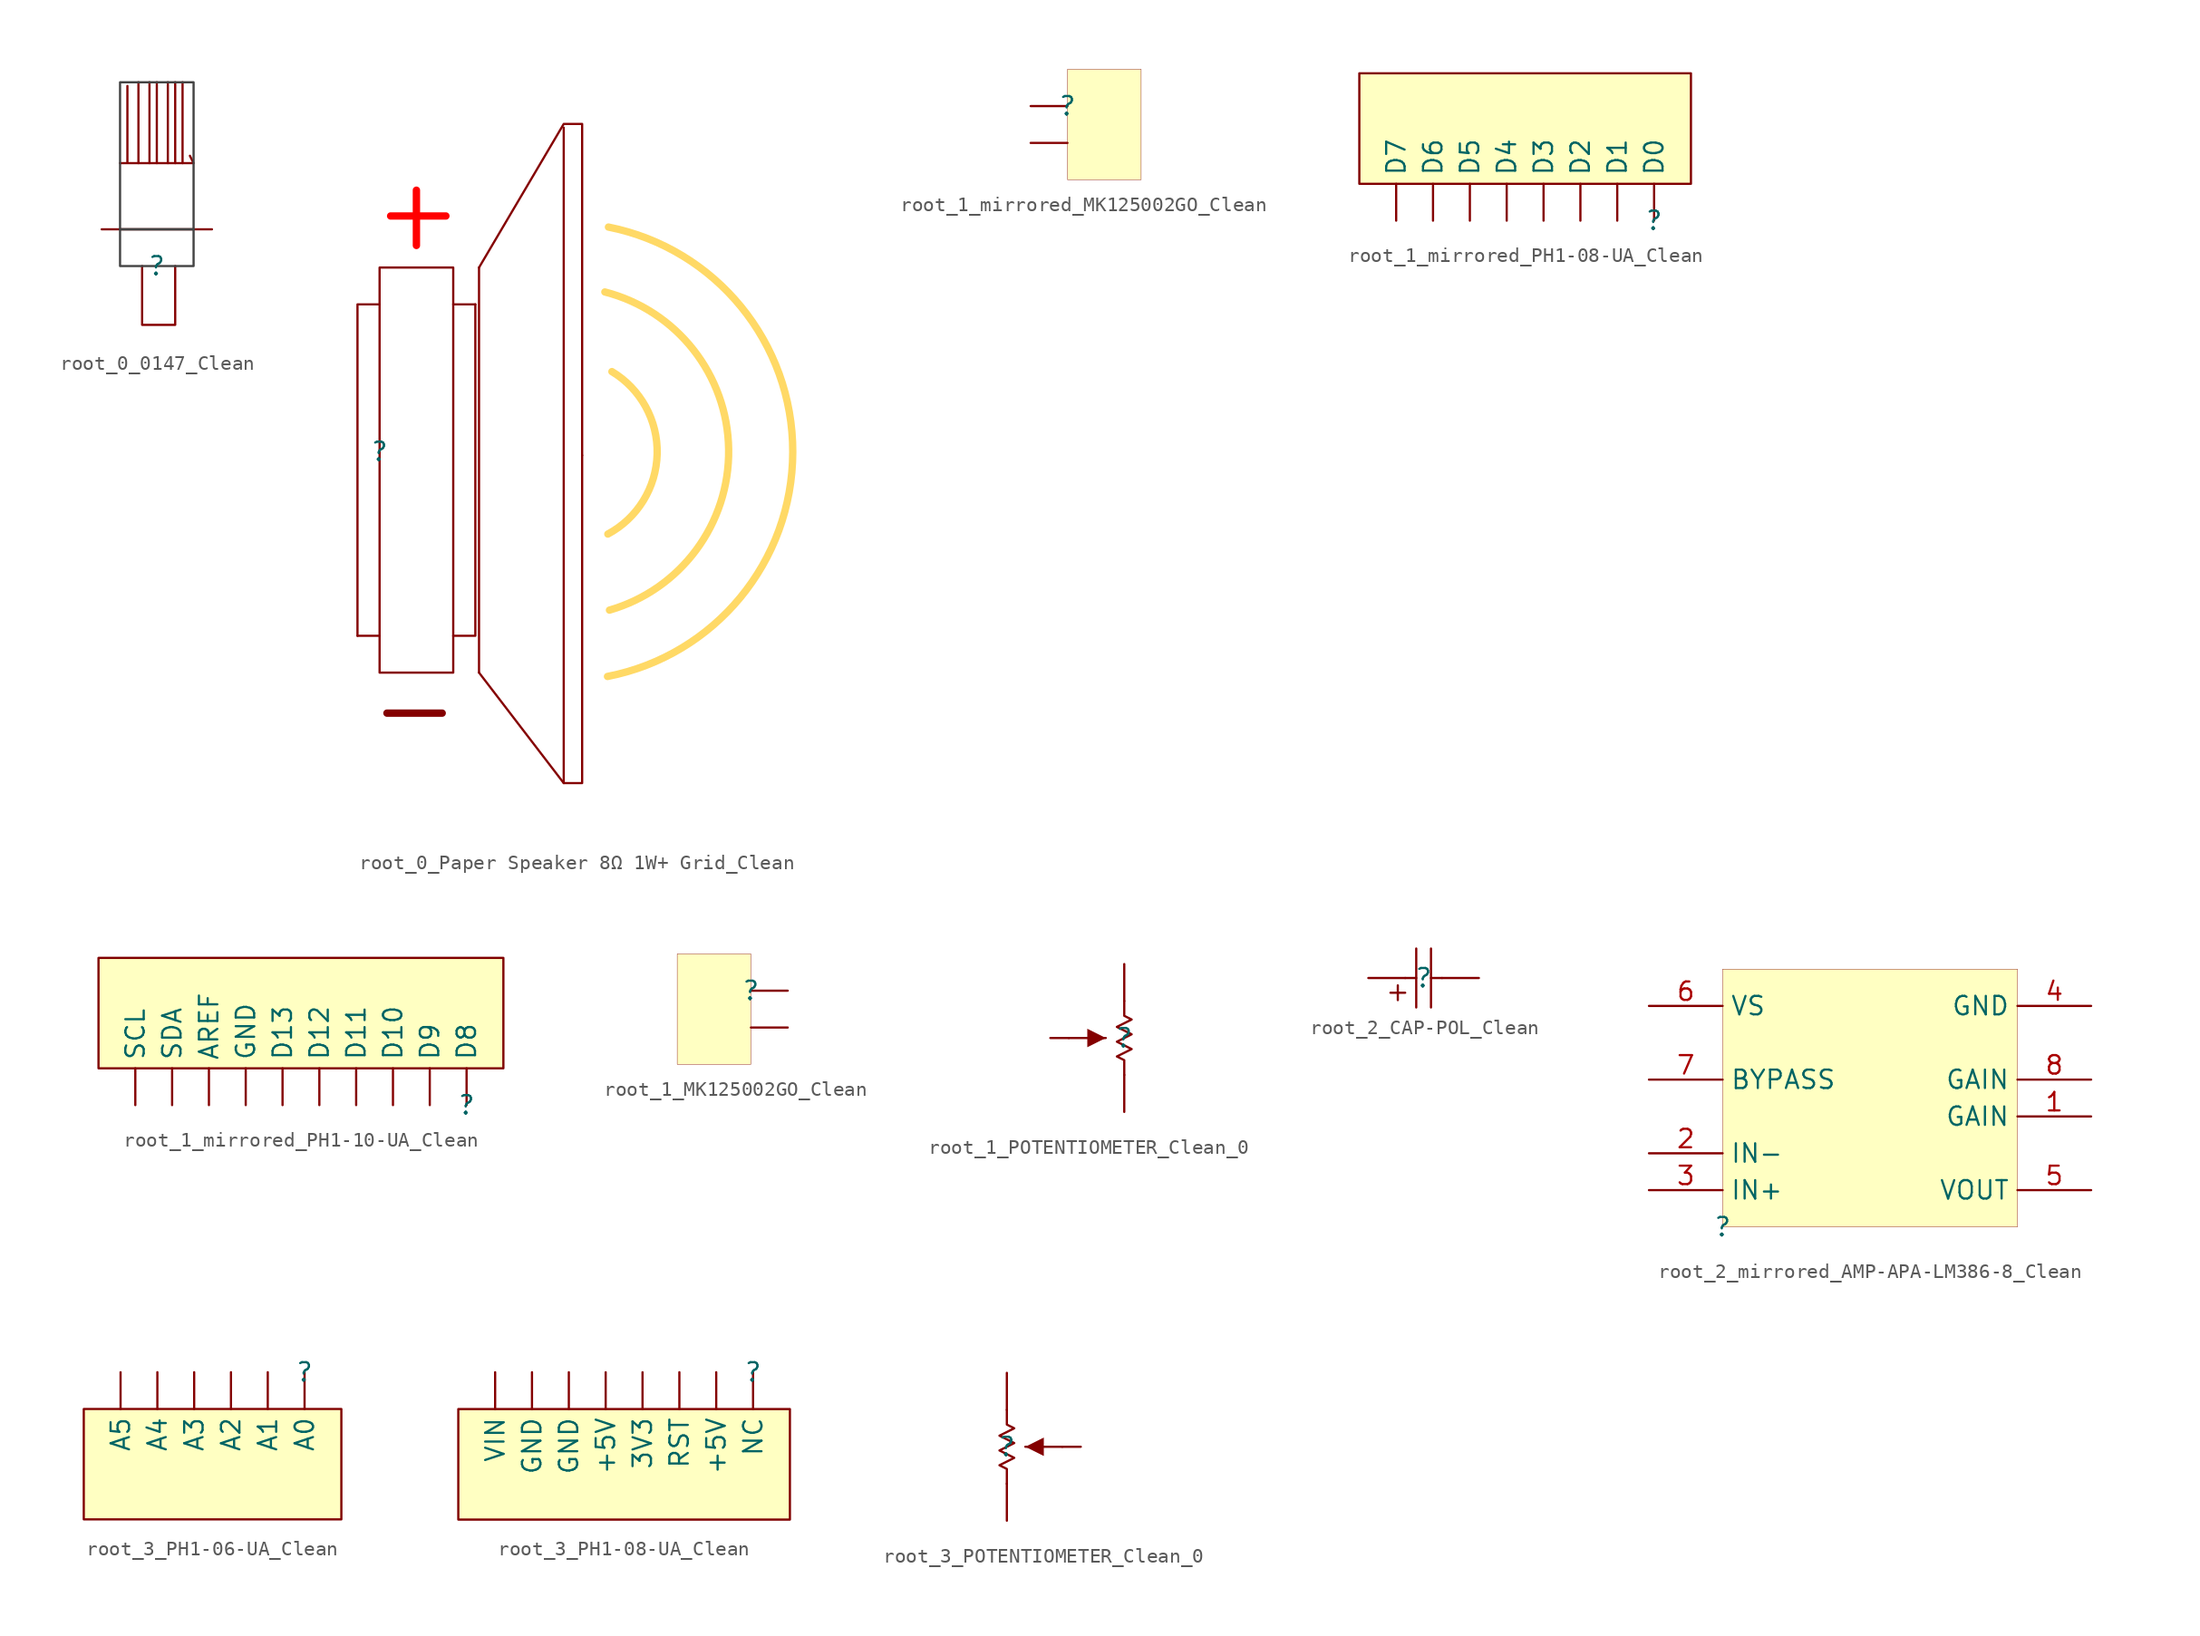
<source format=kicad_sym>
(kicad_symbol_lib
  (version 20241209)
  (generator "kicad_symbol_editor")
  (generator_version "9.0")
  (symbol "root_0_0147_Clean"
    (pin_numbers
      (hide yes))
    (pin_names
      (hide yes))
    (property "Reference" ""
      (at 0 0 0)
      (effects (font (size 1.27 1.27))))
    (property "Value" ""
      (at 0 0 0)
      (effects (font (size 1.27 1.27))))
    (symbol "root_0_0147_Clean_1_0"
      (polyline (pts (xy -3.81 2.54) (xy 3.81 2.54)) (stroke (width 0) (type solid)) (fill (type none)))
      (polyline (pts (xy -2.032 12.446) (xy -2.032 7.112) (xy -2.54 7.112) (xy 2.54 7.112) (xy 2.286 7.62)) (stroke (width 0) (type solid)) (fill (type none)))
      (polyline (pts (xy -1.27 12.7) (xy -1.27 7.112)) (stroke (width 0) (type solid)) (fill (type none)))
      (polyline (pts (xy -1.016 0) (xy -1.016 -4.064) (xy 1.27 -4.064) (xy 1.27 0)) (stroke (width 0) (type solid)) (fill (type none)))
      (polyline (pts (xy -0.508 12.7) (xy -0.508 7.112)) (stroke (width 0) (type solid)) (fill (type none)))
      (polyline (pts (xy 0 12.7) (xy 0 7.112)) (stroke (width 0) (type solid)) (fill (type none)))
      (polyline (pts (xy 0.762 12.7) (xy 0.762 7.112)) (stroke (width 0) (type solid)) (fill (type none)))
      (polyline (pts (xy 1.27 12.7) (xy 1.27 7.112)) (stroke (width 0) (type solid)) (fill (type none)))
      (polyline (pts (xy 1.778 12.7) (xy 1.778 7.112)) (stroke (width 0) (type solid)) (fill (type none)))
      (rectangle (start 2.54 12.7) (end -2.54 2.54) (stroke (width 0) (type solid) (color 67 67 67 1)) (fill (type none)))
      (rectangle (start 2.54 2.54) (end -2.54 0) (stroke (width 0) (type solid) (color 67 67 67 1)) (fill (type none)))))
  (symbol "root_0_Paper Speaker 8Ω 1W+ Grid_Clean"
    (pin_numbers
      (hide yes))
    (pin_names
      (hide yes))
    (property "Reference" ""
      (at 0 0 0)
      (effects (font (size 1.27 1.27))))
    (property "Value" ""
      (at 0 0 0)
      (effects (font (size 1.27 1.27))))
    (symbol "root_0_Paper Speaker 8Ω 1W+ Grid_Clean_1_0"
      (polyline (pts (xy 0 12.7) (xy 5.08 12.7) (xy 5.08 -15.24) (xy 0 -15.24) (xy 0 12.7)) (stroke (width 0) (type solid)) (fill (type none)))
      (polyline (pts (xy 0 10.16) (xy -1.524 10.16) (xy -1.524 -12.7)) (stroke (width 0) (type solid)) (fill (type none)))
      (polyline (pts (xy 0 -12.7) (xy -1.524 -12.7)) (stroke (width 0) (type solid)) (fill (type none)))
      (polyline (pts (xy 0.508 -18.034) (xy 4.318 -18.034)) (stroke (width 0.508) (type solid)) (fill (type none)))
      (polyline (pts (xy 0.762 16.256) (xy 4.572 16.256)) (stroke (width 0.508) (type solid) (color 255 0 0 1)) (fill (type none)))
      (polyline (pts (xy 2.54 14.224) (xy 2.54 18.034)) (stroke (width 0.508) (type solid) (color 255 0 0 1)) (fill (type none)))
      (polyline (pts (xy 5.08 10.16) (xy 6.604 10.16)) (stroke (width 0) (type solid)) (fill (type none)))
      (polyline (pts (xy 5.08 -12.7) (xy 6.604 -12.7) (xy 6.604 10.16)) (stroke (width 0) (type solid)) (fill (type none)))
      (polyline (pts (xy 6.858 12.7) (xy 6.858 -15.24)) (stroke (width 0) (type solid)) (fill (type none)))
      (polyline (pts (xy 6.858 12.7) (xy 12.7 22.606) (xy 13.97 22.606) (xy 13.97 -0.254)) (stroke (width 0) (type solid)) (fill (type none)))
      (polyline (pts (xy 6.858 -15.24) (xy 12.7 -22.86) (xy 13.97 -22.86) (xy 13.97 -0.254)) (stroke (width 0) (type solid)) (fill (type none)))
      (polyline (pts (xy 12.7 22.352) (xy 12.7 -22.86)) (stroke (width 0) (type solid)) (fill (type none)))
      (arc (start 15.5375 11.0154) (mid 24.0738 0.1652) (end 15.8562 -10.9284) (stroke (width 0.508) (type solid) (color 255 217 102 1)) (fill (type none)))
      (arc (start 15.7846 15.4919) (mid 28.496 -0.0335) (end 15.7189 -15.5048) (stroke (width 0.508) (type solid) (color 255 217 102 1)) (fill (type none)))
      (arc (start 16.0237 5.523) (mid 19.1439 -0.1614) (end 15.743 -5.6825) (stroke (width 0.508) (type solid) (color 255 217 102 1)) (fill (type none)))))
  (symbol "root_1_mirrored_MK125002GO_Clean"
    (pin_numbers
      (hide yes))
    (pin_names
      (hide yes))
    (property "Reference" ""
      (at 0 0 0)
      (effects (font (size 1.27 1.27))))
    (property "Value" ""
      (at 0 0 0)
      (effects (font (size 1.27 1.27))))
    (symbol "root_1_mirrored_MK125002GO_Clean_1_0"
      (rectangle (start 5.08 2.54) (end 0 -5.08) (stroke (width 0.025) (type solid) (color 128 0 0 1)) (fill (type background)))
      (pin passive line (at -2.54 0 0) (length 2.54) (name "2" (effects (font (size 1.27 1.27)))) (number "2" (effects (font (size 1.27 1.27)))))
      (pin passive line (at -2.54 -2.54 0) (length 2.54) (name "1" (effects (font (size 1.27 1.27)))) (number "1" (effects (font (size 1.27 1.27)))))))
  (symbol "root_1_mirrored_PH1-08-UA_Clean"
    (pin_numbers
      (hide yes))
    (property "Reference" ""
      (at 0 0 0)
      (effects (font (size 1.27 1.27))))
    (property "Value" ""
      (at 0 0 0)
      (effects (font (size 1.27 1.27))))
    (symbol "root_1_mirrored_PH1-08-UA_Clean_1_0"
      (rectangle (start 2.54 10.16) (end -20.32 2.54) (stroke (width 0) (type solid) (color 128 0 0 1)) (fill (type background)))
      (pin passive line (at -17.78 0 90) (length 2.54) (name "D7" (effects (font (size 1.27 1.27)))) (number "8" (effects (font (size 1.27 1.27)))))
      (pin passive line (at -15.24 0 90) (length 2.54) (name "D6" (effects (font (size 1.27 1.27)))) (number "7" (effects (font (size 1.27 1.27)))))
      (pin passive line (at -12.7 0 90) (length 2.54) (name "D5" (effects (font (size 1.27 1.27)))) (number "6" (effects (font (size 1.27 1.27)))))
      (pin passive line (at -10.16 0 90) (length 2.54) (name "D4" (effects (font (size 1.27 1.27)))) (number "5" (effects (font (size 1.27 1.27)))))
      (pin passive line (at -7.62 0 90) (length 2.54) (name "D3" (effects (font (size 1.27 1.27)))) (number "4" (effects (font (size 1.27 1.27)))))
      (pin passive line (at -5.08 0 90) (length 2.54) (name "D2" (effects (font (size 1.27 1.27)))) (number "3" (effects (font (size 1.27 1.27)))))
      (pin passive line (at -2.54 0 90) (length 2.54) (name "D1" (effects (font (size 1.27 1.27)))) (number "2" (effects (font (size 1.27 1.27)))))
      (pin passive line (at 0 0 90) (length 2.54) (name "D0" (effects (font (size 1.27 1.27)))) (number "1" (effects (font (size 1.27 1.27)))))))
  (symbol "root_1_mirrored_PH1-10-UA_Clean"
    (pin_numbers
      (hide yes))
    (property "Reference" ""
      (at 0 0 0)
      (effects (font (size 1.27 1.27))))
    (property "Value" ""
      (at 0 0 0)
      (effects (font (size 1.27 1.27))))
    (symbol "root_1_mirrored_PH1-10-UA_Clean_1_0"
      (rectangle (start 2.54 10.16) (end -25.4 2.54) (stroke (width 0) (type solid) (color 128 0 0 1)) (fill (type background)))
      (pin passive line (at -22.86 0 90) (length 2.54) (name "SCL" (effects (font (size 1.27 1.27)))) (number "10" (effects (font (size 1.27 1.27)))))
      (pin passive line (at -20.32 0 90) (length 2.54) (name "SDA" (effects (font (size 1.27 1.27)))) (number "9" (effects (font (size 1.27 1.27)))))
      (pin passive line (at -17.78 0 90) (length 2.54) (name "AREF" (effects (font (size 1.27 1.27)))) (number "8" (effects (font (size 1.27 1.27)))))
      (pin passive line (at -15.24 0 90) (length 2.54) (name "GND" (effects (font (size 1.27 1.27)))) (number "7" (effects (font (size 1.27 1.27)))))
      (pin passive line (at -12.7 0 90) (length 2.54) (name "D13" (effects (font (size 1.27 1.27)))) (number "6" (effects (font (size 1.27 1.27)))))
      (pin passive line (at -10.16 0 90) (length 2.54) (name "D12" (effects (font (size 1.27 1.27)))) (number "5" (effects (font (size 1.27 1.27)))))
      (pin passive line (at -7.62 0 90) (length 2.54) (name "D11" (effects (font (size 1.27 1.27)))) (number "4" (effects (font (size 1.27 1.27)))))
      (pin passive line (at -5.08 0 90) (length 2.54) (name "D10" (effects (font (size 1.27 1.27)))) (number "3" (effects (font (size 1.27 1.27)))))
      (pin passive line (at -2.54 0 90) (length 2.54) (name "D9" (effects (font (size 1.27 1.27)))) (number "2" (effects (font (size 1.27 1.27)))))
      (pin passive line (at 0 0 90) (length 2.54) (name "D8" (effects (font (size 1.27 1.27)))) (number "1" (effects (font (size 1.27 1.27)))))))
  (symbol "root_1_MK125002GO_Clean"
    (pin_numbers
      (hide yes))
    (pin_names
      (hide yes))
    (property "Reference" ""
      (at 0 0 0)
      (effects (font (size 1.27 1.27))))
    (property "Value" ""
      (at 0 0 0)
      (effects (font (size 1.27 1.27))))
    (symbol "root_1_MK125002GO_Clean_1_0"
      (rectangle (start 0 2.54) (end -5.08 -5.08) (stroke (width 0.025) (type solid) (color 128 0 0 1)) (fill (type background)))
      (pin passive line (at 2.54 0 180) (length 2.54) (name "2" (effects (font (size 1.27 1.27)))) (number "2" (effects (font (size 1.27 1.27)))))
      (pin passive line (at 2.54 -2.54 180) (length 2.54) (name "1" (effects (font (size 1.27 1.27)))) (number "1" (effects (font (size 1.27 1.27)))))))
  (symbol "root_1_POTENTIOMETER_Clean_0"
    (pin_numbers
      (hide yes))
    (pin_names
      (hide yes))
    (property "Reference" ""
      (at 0 0 0)
      (effects (font (size 1.27 1.27))))
    (property "Value" ""
      (at 0 0 0)
      (effects (font (size 1.27 1.27))))
    (symbol "root_1_POTENTIOMETER_Clean_0_1_0"
      (polyline (pts (xy -3.81 0) (xy -1.27 0)) (stroke (width 0) (type solid)) (fill (type none)))
      (polyline (pts (xy -1.27 0) (xy -2.54 -0.635) (xy -2.54 0.635) (xy -1.27 0)) (stroke (width -0.0001) (type solid)) (fill (type outline)))
      (polyline (pts (xy 0 2.54) (xy 0 1.524) (xy 0.508 1.27) (xy -0.508 0.762) (xy 0.508 0.254) (xy -0.508 -0.254) (xy 0.508 -0.762) (xy -0.508 -1.27) (xy 0 -1.524) (xy 0 -2.54)) (stroke (width 0) (type solid)) (fill (type none)))
      (pin passive line (at -5.08 0 0) (length 1.27) (name "2" (effects (font (size 1.27 1.27)))) (number "2" (effects (font (size 1.27 1.27)))))
      (pin passive line (at 0 5.08 270) (length 2.54) (name "3" (effects (font (size 1.27 1.27)))) (number "3" (effects (font (size 1.27 1.27)))))
      (pin passive line (at 0 -5.08 90) (length 2.54) (name "1" (effects (font (size 1.27 1.27)))) (number "1" (effects (font (size 1.27 1.27)))))))
  (symbol "root_2_CAP-POL_Clean"
    (pin_numbers
      (hide yes))
    (pin_names
      (hide yes))
    (property "Reference" ""
      (at 0 0 0)
      (effects (font (size 1.27 1.27))))
    (property "Value" ""
      (at 0 0 0)
      (effects (font (size 1.27 1.27))))
    (symbol "root_2_CAP-POL_Clean_1_0"
      (polyline (pts (xy -1.778 -1.524) (xy -1.778 -0.508)) (stroke (width 0) (type solid)) (fill (type none)))
      (polyline (pts (xy -1.27 0) (xy -0.508 0)) (stroke (width 0) (type solid)) (fill (type none)))
      (polyline (pts (xy -1.27 -1.016) (xy -2.286 -1.016)) (stroke (width 0) (type solid)) (fill (type none)))
      (polyline (pts (xy -0.508 -2.032) (xy -0.508 2.032)) (stroke (width 0) (type solid)) (fill (type none)))
      (polyline (pts (xy 0.508 2.032) (xy 0.508 -2.032)) (stroke (width 0) (type solid)) (fill (type none)))
      (polyline (pts (xy 1.27 0) (xy 0.508 0)) (stroke (width 0) (type solid)) (fill (type none)))
      (pin passive line (at -3.81 0 0) (length 2.54) (name "2" (effects (font (size 1.27 1.27)))) (number "2" (effects (font (size 1.27 1.27)))))
      (pin passive line (at 3.81 0 180) (length 2.54) (name "1" (effects (font (size 1.27 1.27)))) (number "1" (effects (font (size 1.27 1.27)))))))
  (symbol "root_2_mirrored_AMP-APA-LM386-8_Clean"
    (property "Reference" ""
      (at 0 0 0)
      (effects (font (size 1.27 1.27))))
    (property "Value" ""
      (at 0 0 0)
      (effects (font (size 1.27 1.27))))
    (symbol "root_2_mirrored_AMP-APA-LM386-8_Clean_1_0"
      (rectangle (start 20.32 17.78) (end 0 0) (stroke (width 0.025) (type solid) (color 128 0 0 1)) (fill (type background)))
      (pin power_in line (at -5.08 15.24 0) (length 5.08) (name "VS" (effects (font (size 1.27 1.27)))) (number "6" (effects (font (size 1.27 1.27)))))
      (pin passive line (at -5.08 10.16 0) (length 5.08) (name "BYPASS" (effects (font (size 1.27 1.27)))) (number "7" (effects (font (size 1.27 1.27)))))
      (pin passive line (at -5.08 5.08 0) (length 5.08) (name "IN-" (effects (font (size 1.27 1.27)))) (number "2" (effects (font (size 1.27 1.27)))))
      (pin passive line (at -5.08 2.54 0) (length 5.08) (name "IN+" (effects (font (size 1.27 1.27)))) (number "3" (effects (font (size 1.27 1.27)))))
      (pin power_in line (at 25.4 15.24 180) (length 5.08) (name "GND" (effects (font (size 1.27 1.27)))) (number "4" (effects (font (size 1.27 1.27)))))
      (pin passive line (at 25.4 10.16 180) (length 5.08) (name "GAIN" (effects (font (size 1.27 1.27)))) (number "8" (effects (font (size 1.27 1.27)))))
      (pin passive line (at 25.4 7.62 180) (length 5.08) (name "GAIN" (effects (font (size 1.27 1.27)))) (number "1" (effects (font (size 1.27 1.27)))))
      (pin passive line (at 25.4 2.54 180) (length 5.08) (name "VOUT" (effects (font (size 1.27 1.27)))) (number "5" (effects (font (size 1.27 1.27)))))))
  (symbol "root_3_PH1-06-UA_Clean"
    (pin_numbers
      (hide yes))
    (property "Reference" ""
      (at 0 0 0)
      (effects (font (size 1.27 1.27))))
    (property "Value" ""
      (at 0 0 0)
      (effects (font (size 1.27 1.27))))
    (symbol "root_3_PH1-06-UA_Clean_1_0"
      (rectangle (start 2.54 -2.54) (end -15.24 -10.16) (stroke (width 0) (type solid) (color 128 0 0 1)) (fill (type background)))
      (pin passive line (at -12.7 0 270) (length 2.54) (name "A5" (effects (font (size 1.27 1.27)))) (number "6" (effects (font (size 1.27 1.27)))))
      (pin passive line (at -10.16 0 270) (length 2.54) (name "A4" (effects (font (size 1.27 1.27)))) (number "5" (effects (font (size 1.27 1.27)))))
      (pin passive line (at -7.62 0 270) (length 2.54) (name "A3" (effects (font (size 1.27 1.27)))) (number "4" (effects (font (size 1.27 1.27)))))
      (pin passive line (at -5.08 0 270) (length 2.54) (name "A2" (effects (font (size 1.27 1.27)))) (number "3" (effects (font (size 1.27 1.27)))))
      (pin passive line (at -2.54 0 270) (length 2.54) (name "A1" (effects (font (size 1.27 1.27)))) (number "2" (effects (font (size 1.27 1.27)))))
      (pin passive line (at 0 0 270) (length 2.54) (name "A0" (effects (font (size 1.27 1.27)))) (number "1" (effects (font (size 1.27 1.27)))))))
  (symbol "root_3_PH1-08-UA_Clean"
    (pin_numbers
      (hide yes))
    (property "Reference" ""
      (at 0 0 0)
      (effects (font (size 1.27 1.27))))
    (property "Value" ""
      (at 0 0 0)
      (effects (font (size 1.27 1.27))))
    (symbol "root_3_PH1-08-UA_Clean_1_0"
      (rectangle (start 2.54 -2.54) (end -20.32 -10.16) (stroke (width 0) (type solid) (color 128 0 0 1)) (fill (type background)))
      (pin passive line (at -17.78 0 270) (length 2.54) (name "VIN" (effects (font (size 1.27 1.27)))) (number "8" (effects (font (size 1.27 1.27)))))
      (pin passive line (at -15.24 0 270) (length 2.54) (name "GND" (effects (font (size 1.27 1.27)))) (number "7" (effects (font (size 1.27 1.27)))))
      (pin passive line (at -12.7 0 270) (length 2.54) (name "GND" (effects (font (size 1.27 1.27)))) (number "6" (effects (font (size 1.27 1.27)))))
      (pin passive line (at -10.16 0 270) (length 2.54) (name "+5V" (effects (font (size 1.27 1.27)))) (number "5" (effects (font (size 1.27 1.27)))))
      (pin passive line (at -7.62 0 270) (length 2.54) (name "3V3" (effects (font (size 1.27 1.27)))) (number "4" (effects (font (size 1.27 1.27)))))
      (pin passive line (at -5.08 0 270) (length 2.54) (name "RST" (effects (font (size 1.27 1.27)))) (number "3" (effects (font (size 1.27 1.27)))))
      (pin passive line (at -2.54 0 270) (length 2.54) (name "+5V" (effects (font (size 1.27 1.27)))) (number "2" (effects (font (size 1.27 1.27)))))
      (pin passive line (at 0 0 270) (length 2.54) (name "NC" (effects (font (size 1.27 1.27)))) (number "1" (effects (font (size 1.27 1.27)))))))
  (symbol "root_3_POTENTIOMETER_Clean_0"
    (pin_numbers
      (hide yes))
    (pin_names
      (hide yes))
    (property "Reference" ""
      (at 0 0 0)
      (effects (font (size 1.27 1.27))))
    (property "Value" ""
      (at 0 0 0)
      (effects (font (size 1.27 1.27))))
    (symbol "root_3_POTENTIOMETER_Clean_0_1_0"
      (polyline (pts (xy 0 -2.54) (xy 0 -1.524) (xy -0.508 -1.27) (xy 0.508 -0.762) (xy -0.508 -0.254) (xy 0.508 0.254) (xy -0.508 0.762) (xy 0.508 1.27) (xy 0 1.524) (xy 0 2.54)) (stroke (width 0) (type solid)) (fill (type none)))
      (polyline (pts (xy 1.27 0) (xy 2.54 0.635) (xy 2.54 -0.635) (xy 1.27 0)) (stroke (width -0.0001) (type solid)) (fill (type outline)))
      (polyline (pts (xy 3.81 0) (xy 1.27 0)) (stroke (width 0) (type solid)) (fill (type none)))
      (pin passive line (at 0 5.08 270) (length 2.54) (name "1" (effects (font (size 1.27 1.27)))) (number "1" (effects (font (size 1.27 1.27)))))
      (pin passive line (at 0 -5.08 90) (length 2.54) (name "3" (effects (font (size 1.27 1.27)))) (number "3" (effects (font (size 1.27 1.27)))))
      (pin passive line (at 5.08 0 180) (length 1.27) (name "2" (effects (font (size 1.27 1.27)))) (number "2" (effects (font (size 1.27 1.27))))))))
</source>
